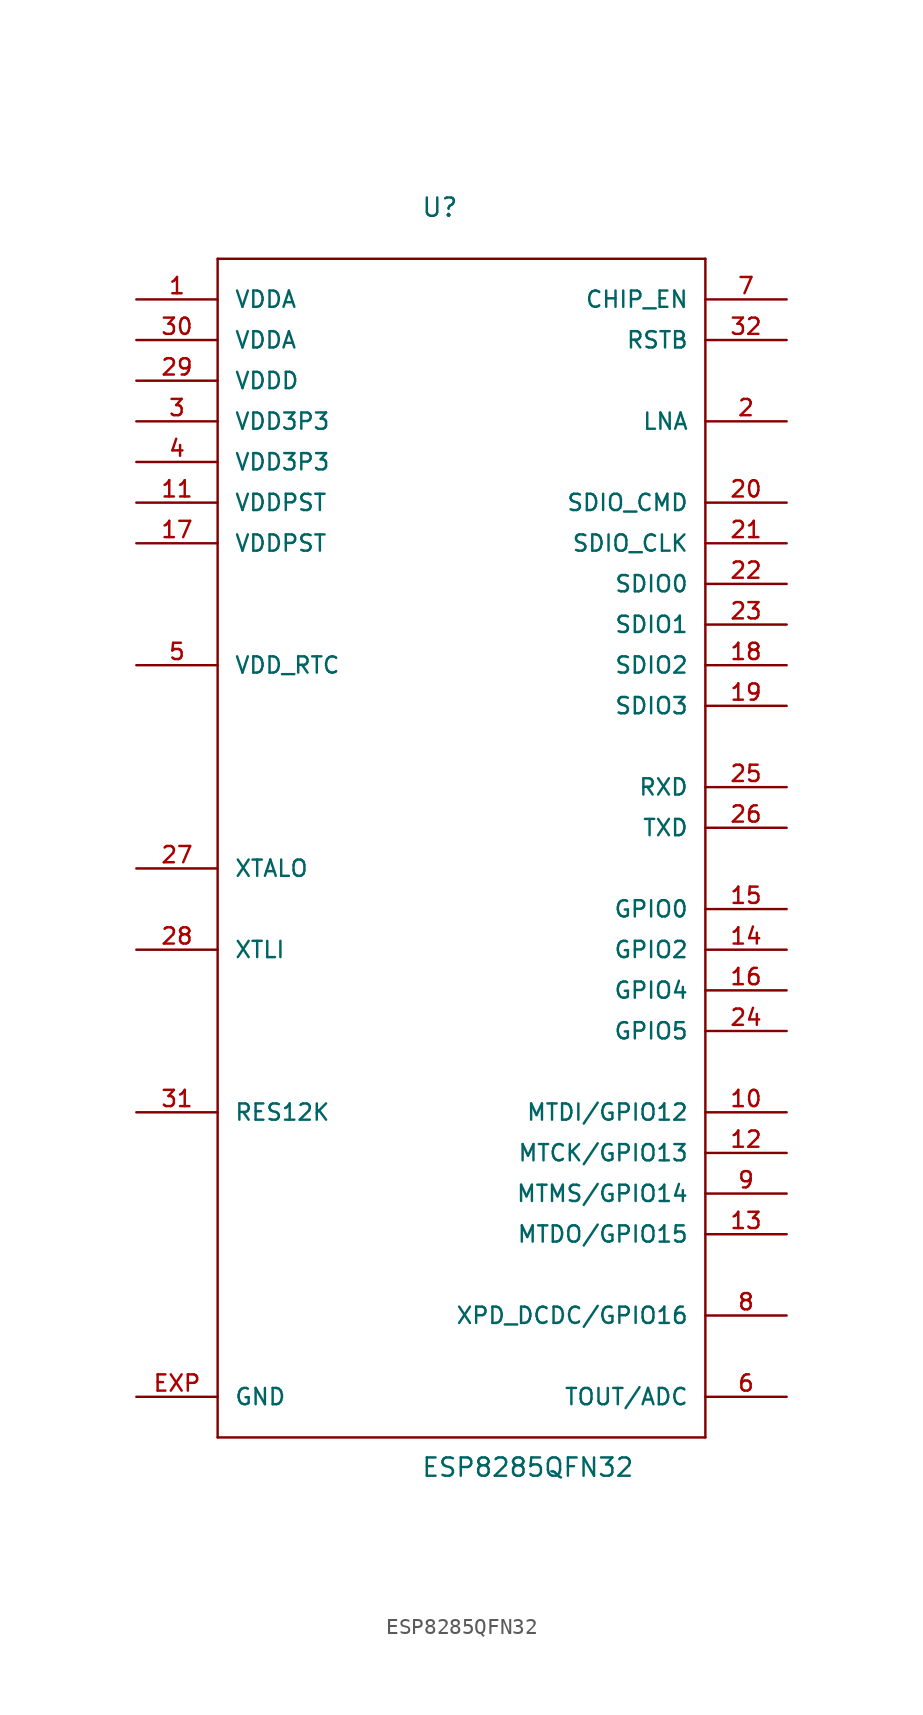
<source format=kicad_sym>
(kicad_symbol_lib
  (version 20211014)
  (generator kicad_symbol_editor)
  (symbol "ESP8285QFN32"
    (pin_names
      (offset 1.016))
    (property "Reference" "U"
      (at -2.54 38.1 0)
      (effects (font (size 1.143 1.143)) (justify left bottom)))
    (property "Value" "ESP8285QFN32"
      (at -2.54 -40.64 0)
      (effects (font (size 1.143 1.143)) (justify left bottom)))
    (property "ki_locked" ""
      (at 0 0 0)
      (effects (font (size 1.27 1.27))))
    (symbol "ESP8285QFN32_1_0"
      (polyline (pts (xy -15.24 -38.1) (xy 15.24 -38.1)) (stroke (width 0) (type default) (color 0 0 0 0)) (fill (type none)))
      (polyline (pts (xy -15.24 35.56) (xy -15.24 -38.1)) (stroke (width 0) (type default) (color 0 0 0 0)) (fill (type none)))
      (polyline (pts (xy 15.24 -38.1) (xy 15.24 35.56)) (stroke (width 0) (type default) (color 0 0 0 0)) (fill (type none)))
      (polyline (pts (xy 15.24 35.56) (xy -15.24 35.56)) (stroke (width 0) (type default) (color 0 0 0 0)) (fill (type none))))
    (symbol "ESP8285QFN32_1_1"
      (pin power_in line (at -20.32 33.02 0) (length 5.08) (name "VDDA" (effects (font (size 1.016 1.016)))) (number "1" (effects (font (size 1.016 1.016)))))
      (pin bidirectional line (at 20.32 -17.78 180) (length 5.08) (name "MTDI/GPIO12" (effects (font (size 1.016 1.016)))) (number "10" (effects (font (size 1.016 1.016)))))
      (pin power_in line (at -20.32 20.32 0) (length 5.08) (name "VDDPST" (effects (font (size 1.016 1.016)))) (number "11" (effects (font (size 1.016 1.016)))))
      (pin bidirectional line (at 20.32 -20.32 180) (length 5.08) (name "MTCK/GPIO13" (effects (font (size 1.016 1.016)))) (number "12" (effects (font (size 1.016 1.016)))))
      (pin bidirectional line (at 20.32 -25.4 180) (length 5.08) (name "MTDO/GPIO15" (effects (font (size 1.016 1.016)))) (number "13" (effects (font (size 1.016 1.016)))))
      (pin bidirectional line (at 20.32 -7.62 180) (length 5.08) (name "GPIO2" (effects (font (size 1.016 1.016)))) (number "14" (effects (font (size 1.016 1.016)))))
      (pin bidirectional line (at 20.32 -5.08 180) (length 5.08) (name "GPIO0" (effects (font (size 1.016 1.016)))) (number "15" (effects (font (size 1.016 1.016)))))
      (pin bidirectional line (at 20.32 -10.16 180) (length 5.08) (name "GPIO4" (effects (font (size 1.016 1.016)))) (number "16" (effects (font (size 1.016 1.016)))))
      (pin power_in line (at -20.32 17.78 0) (length 5.08) (name "VDDPST" (effects (font (size 1.016 1.016)))) (number "17" (effects (font (size 1.016 1.016)))))
      (pin bidirectional line (at 20.32 10.16 180) (length 5.08) (name "SDIO2" (effects (font (size 1.016 1.016)))) (number "18" (effects (font (size 1.016 1.016)))))
      (pin bidirectional line (at 20.32 7.62 180) (length 5.08) (name "SDIO3" (effects (font (size 1.016 1.016)))) (number "19" (effects (font (size 1.016 1.016)))))
      (pin bidirectional line (at 20.32 25.4 180) (length 5.08) (name "LNA" (effects (font (size 1.016 1.016)))) (number "2" (effects (font (size 1.016 1.016)))))
      (pin bidirectional line (at 20.32 20.32 180) (length 5.08) (name "SDIO_CMD" (effects (font (size 1.016 1.016)))) (number "20" (effects (font (size 1.016 1.016)))))
      (pin bidirectional line (at 20.32 17.78 180) (length 5.08) (name "SDIO_CLK" (effects (font (size 1.016 1.016)))) (number "21" (effects (font (size 1.016 1.016)))))
      (pin bidirectional line (at 20.32 15.24 180) (length 5.08) (name "SDIO0" (effects (font (size 1.016 1.016)))) (number "22" (effects (font (size 1.016 1.016)))))
      (pin bidirectional line (at 20.32 12.7 180) (length 5.08) (name "SDIO1" (effects (font (size 1.016 1.016)))) (number "23" (effects (font (size 1.016 1.016)))))
      (pin bidirectional line (at 20.32 -12.7 180) (length 5.08) (name "GPIO5" (effects (font (size 1.016 1.016)))) (number "24" (effects (font (size 1.016 1.016)))))
      (pin bidirectional line (at 20.32 2.54 180) (length 5.08) (name "RXD" (effects (font (size 1.016 1.016)))) (number "25" (effects (font (size 1.016 1.016)))))
      (pin bidirectional line (at 20.32 0 180) (length 5.08) (name "TXD" (effects (font (size 1.016 1.016)))) (number "26" (effects (font (size 1.016 1.016)))))
      (pin bidirectional line (at -20.32 -2.54 0) (length 5.08) (name "XTALO" (effects (font (size 1.016 1.016)))) (number "27" (effects (font (size 1.016 1.016)))))
      (pin bidirectional line (at -20.32 -7.62 0) (length 5.08) (name "XTLI" (effects (font (size 1.016 1.016)))) (number "28" (effects (font (size 1.016 1.016)))))
      (pin power_in line (at -20.32 27.94 0) (length 5.08) (name "VDDD" (effects (font (size 1.016 1.016)))) (number "29" (effects (font (size 1.016 1.016)))))
      (pin power_in line (at -20.32 25.4 0) (length 5.08) (name "VDD3P3" (effects (font (size 1.016 1.016)))) (number "3" (effects (font (size 1.016 1.016)))))
      (pin power_in line (at -20.32 30.48 0) (length 5.08) (name "VDDA" (effects (font (size 1.016 1.016)))) (number "30" (effects (font (size 1.016 1.016)))))
      (pin input line (at -20.32 -17.78 0) (length 5.08) (name "RES12K" (effects (font (size 1.016 1.016)))) (number "31" (effects (font (size 1.016 1.016)))))
      (pin input line (at 20.32 30.48 180) (length 5.08) (name "RSTB" (effects (font (size 1.016 1.016)))) (number "32" (effects (font (size 1.016 1.016)))))
      (pin power_in line (at -20.32 22.86 0) (length 5.08) (name "VDD3P3" (effects (font (size 1.016 1.016)))) (number "4" (effects (font (size 1.016 1.016)))))
      (pin unspecified line (at -20.32 10.16 0) (length 5.08) (name "VDD_RTC" (effects (font (size 1.016 1.016)))) (number "5" (effects (font (size 1.016 1.016)))))
      (pin input line (at 20.32 -35.56 180) (length 5.08) (name "TOUT/ADC" (effects (font (size 1.016 1.016)))) (number "6" (effects (font (size 1.016 1.016)))))
      (pin input line (at 20.32 33.02 180) (length 5.08) (name "CHIP_EN" (effects (font (size 1.016 1.016)))) (number "7" (effects (font (size 1.016 1.016)))))
      (pin bidirectional line (at 20.32 -30.48 180) (length 5.08) (name "XPD_DCDC/GPIO16" (effects (font (size 1.016 1.016)))) (number "8" (effects (font (size 1.016 1.016)))))
      (pin bidirectional line (at 20.32 -22.86 180) (length 5.08) (name "MTMS/GPIO14" (effects (font (size 1.016 1.016)))) (number "9" (effects (font (size 1.016 1.016)))))
      (pin power_in line (at -20.32 -35.56 0) (length 5.08) (name "GND" (effects (font (size 1.016 1.016)))) (number "EXP" (effects (font (size 1.016 1.016))))))))
</source>
